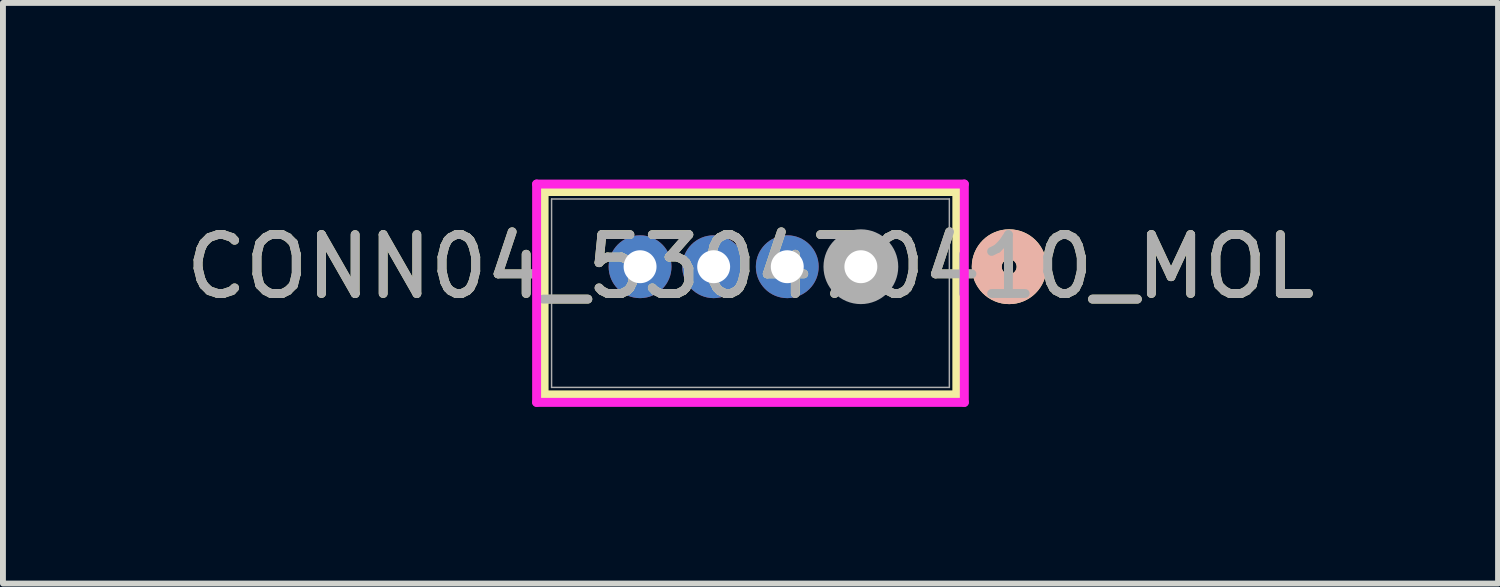
<source format=kicad_pcb>
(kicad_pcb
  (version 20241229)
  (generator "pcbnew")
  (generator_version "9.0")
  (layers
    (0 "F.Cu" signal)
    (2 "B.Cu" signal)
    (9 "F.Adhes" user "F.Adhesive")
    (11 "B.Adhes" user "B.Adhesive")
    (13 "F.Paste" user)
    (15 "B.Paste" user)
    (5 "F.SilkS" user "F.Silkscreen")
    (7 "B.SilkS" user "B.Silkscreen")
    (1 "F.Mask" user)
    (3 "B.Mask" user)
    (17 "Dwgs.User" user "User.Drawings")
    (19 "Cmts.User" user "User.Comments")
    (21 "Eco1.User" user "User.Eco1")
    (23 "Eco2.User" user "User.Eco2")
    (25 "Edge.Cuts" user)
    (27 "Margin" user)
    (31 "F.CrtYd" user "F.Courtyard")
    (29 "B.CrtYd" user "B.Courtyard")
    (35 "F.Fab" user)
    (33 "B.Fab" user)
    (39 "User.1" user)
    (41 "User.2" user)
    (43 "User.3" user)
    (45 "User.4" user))
  (footprint "CONN04_530470410_MOL"
    (layer "F.Cu")
    (at 11.571 1.48)
    (property "Reference" "CONN04_530470410_MOL" (at -1.875 0 0) (unlocked yes) (layer "F.SilkS") (effects (font (size 1 1) (thickness 0.15))))
    (attr through_hole)
    (fp_line (start -5.38 -1.277) (end -5.38 2.177) (stroke (width 0.152) (type solid)) (layer "F.SilkS"))
    (fp_line (start -5.38 2.177) (end 1.63 2.177) (stroke (width 0.152) (type solid)) (layer "F.SilkS"))
    (fp_line (start 1.63 -1.277) (end -5.38 -1.277) (stroke (width 0.152) (type solid)) (layer "F.SilkS"))
    (fp_line (start 1.63 2.177) (end 1.63 -1.277) (stroke (width 0.152) (type solid)) (layer "F.SilkS"))
    (fp_circle (center 2.519 0) (end 2.9 0) (stroke (width 0.508) (type solid)) (fill no) (layer "F.SilkS"))
    (fp_circle (center 2.519 0) (end 2.9 0) (stroke (width 0.508) (type solid)) (fill no) (layer "B.SilkS"))
    (fp_line (start -5.507 -1.404) (end -5.507 2.304) (stroke (width 0.152) (type solid)) (layer "F.CrtYd"))
    (fp_line (start -5.507 2.304) (end 1.757 2.304) (stroke (width 0.152) (type solid)) (layer "F.CrtYd"))
    (fp_line (start 1.757 -1.404) (end -5.507 -1.404) (stroke (width 0.152) (type solid)) (layer "F.CrtYd"))
    (fp_line (start 1.757 2.304) (end 1.757 -1.404) (stroke (width 0.152) (type solid)) (layer "F.CrtYd"))
    (fp_line (start -5.253 -1.15) (end -5.253 2.05) (stroke (width 0.025) (type solid)) (layer "F.Fab"))
    (fp_line (start -5.253 2.05) (end 1.503 2.05) (stroke (width 0.025) (type solid)) (layer "F.Fab"))
    (fp_line (start 1.503 -1.15) (end -5.253 -1.15) (stroke (width 0.025) (type solid)) (layer "F.Fab"))
    (fp_line (start 1.503 2.05) (end 1.503 -1.15) (stroke (width 0.025) (type solid)) (layer "F.Fab"))
    (fp_circle (center 0 0) (end 0.381 0) (stroke (width 0.508) (type solid)) (fill no) (layer "F.Fab"))
    (fp_text user "${REFERENCE}" (at -1.875 0 0) (unlocked yes) (layer "F.Fab") (effects (font (size 1 1) (thickness 0.15))))
    (pad "1" thru_hole circle (at 0 0) (size 1.067 1.067) (drill 0.559) (layers "*.Cu" "*.Mask"))
    (pad "2" thru_hole circle (at -1.25 0) (size 1.067 1.067) (drill 0.559) (layers "*.Cu" "*.Mask"))
    (pad "3" thru_hole circle (at -2.5 0) (size 1.067 1.067) (drill 0.559) (layers "*.Cu" "*.Mask"))
    (pad "4" thru_hole circle (at -3.75 0) (size 1.067 1.067) (drill 0.559) (layers "*.Cu" "*.Mask")))
  (gr_rect
    (start -3 -3)
    (end 22.393 6.861)
    (stroke (width 0.1) (type default))
    (fill no)
    (layer "Edge.Cuts")))
</source>
